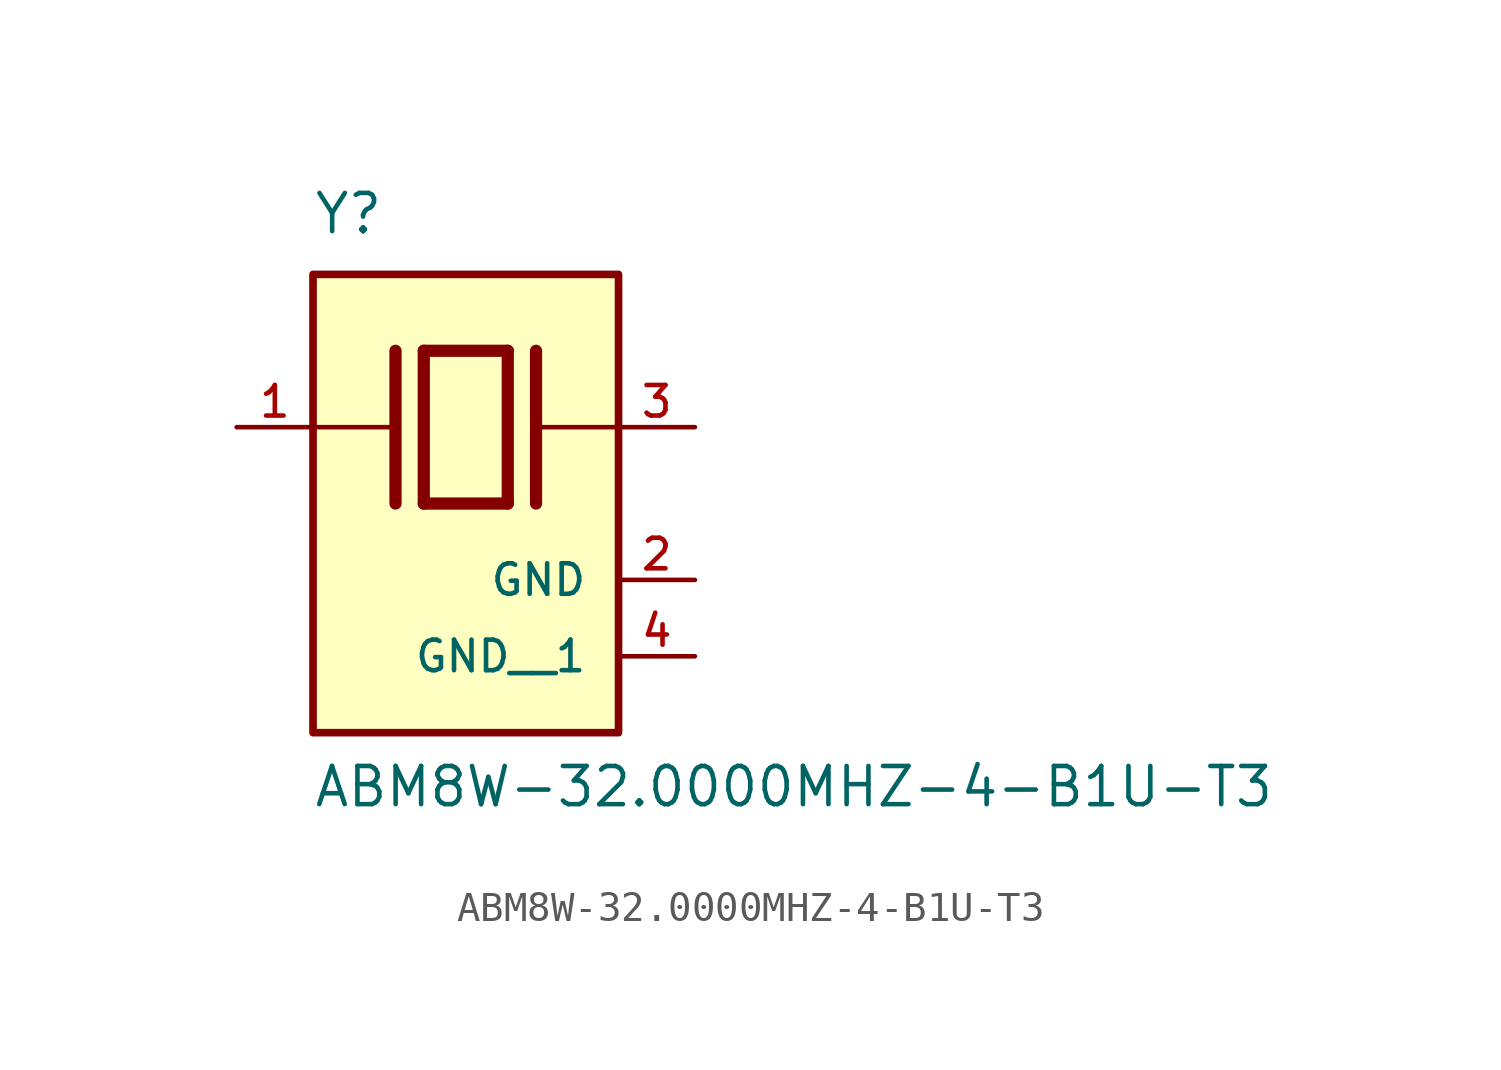
<source format=kicad_sym>
(kicad_symbol_lib
  (version 20211014)
  (generator kicad_symbol_editor)
  (symbol "ABM8W-32.0000MHZ-4-B1U-T3"
    (pin_names
      (offset 1.016))
    (property "Reference" "Y"
      (at -5.088 6.356 0)
      (effects (font (size 1.27 1.27)) (justify bottom left)))
    (property "Value" "ABM8W-32.0000MHZ-4-B1U-T3"
      (at -5.094 -12.7 0)
      (effects (font (size 1.27 1.27)) (justify bottom left)))
    (symbol "ABM8W-32.0000MHZ-4-B1U-T3_0_0"
      (polyline (pts (xy -1.397 2.54) (xy 1.397 2.54)) (stroke (width 0.406)))
      (polyline (pts (xy 1.397 2.54) (xy 1.397 -2.54)) (stroke (width 0.406)))
      (polyline (pts (xy 1.397 -2.54) (xy -1.397 -2.54)) (stroke (width 0.406)))
      (polyline (pts (xy -1.397 2.54) (xy -1.397 -2.54)) (stroke (width 0.406)))
      (polyline (pts (xy 2.337 2.54) (xy 2.337 -2.54)) (stroke (width 0.406)))
      (polyline (pts (xy -2.337 2.54) (xy -2.337 -2.54)) (stroke (width 0.406)))
      (polyline (pts (xy -5.08 0.0) (xy -2.54 0.0)) (stroke (width 0.152)))
      (polyline (pts (xy 2.54 0.0) (xy 5.08 0.0)) (stroke (width 0.152)))
      (rectangle (start -5.08 -10.16) (end 5.08 5.08) (stroke (width 0.254)) (fill (type background)))
      (pin passive line (at 7.62 0.0 180.0) (length 2.54) (name "~" (effects (font (size 1.016 1.016)))) (number "3" (effects (font (size 1.016 1.016)))))
      (pin passive line (at -7.62 0.0 0) (length 2.54) (name "~" (effects (font (size 1.016 1.016)))) (number "1" (effects (font (size 1.016 1.016)))))
      (pin power_in line (at 7.62 -5.08 180.0) (length 2.54) (name "GND" (effects (font (size 1.016 1.016)))) (number "2" (effects (font (size 1.016 1.016)))))
      (pin power_in line (at 7.62 -7.62 180.0) (length 2.54) (name "GND__1" (effects (font (size 1.016 1.016)))) (number "4" (effects (font (size 1.016 1.016))))))))
</source>
